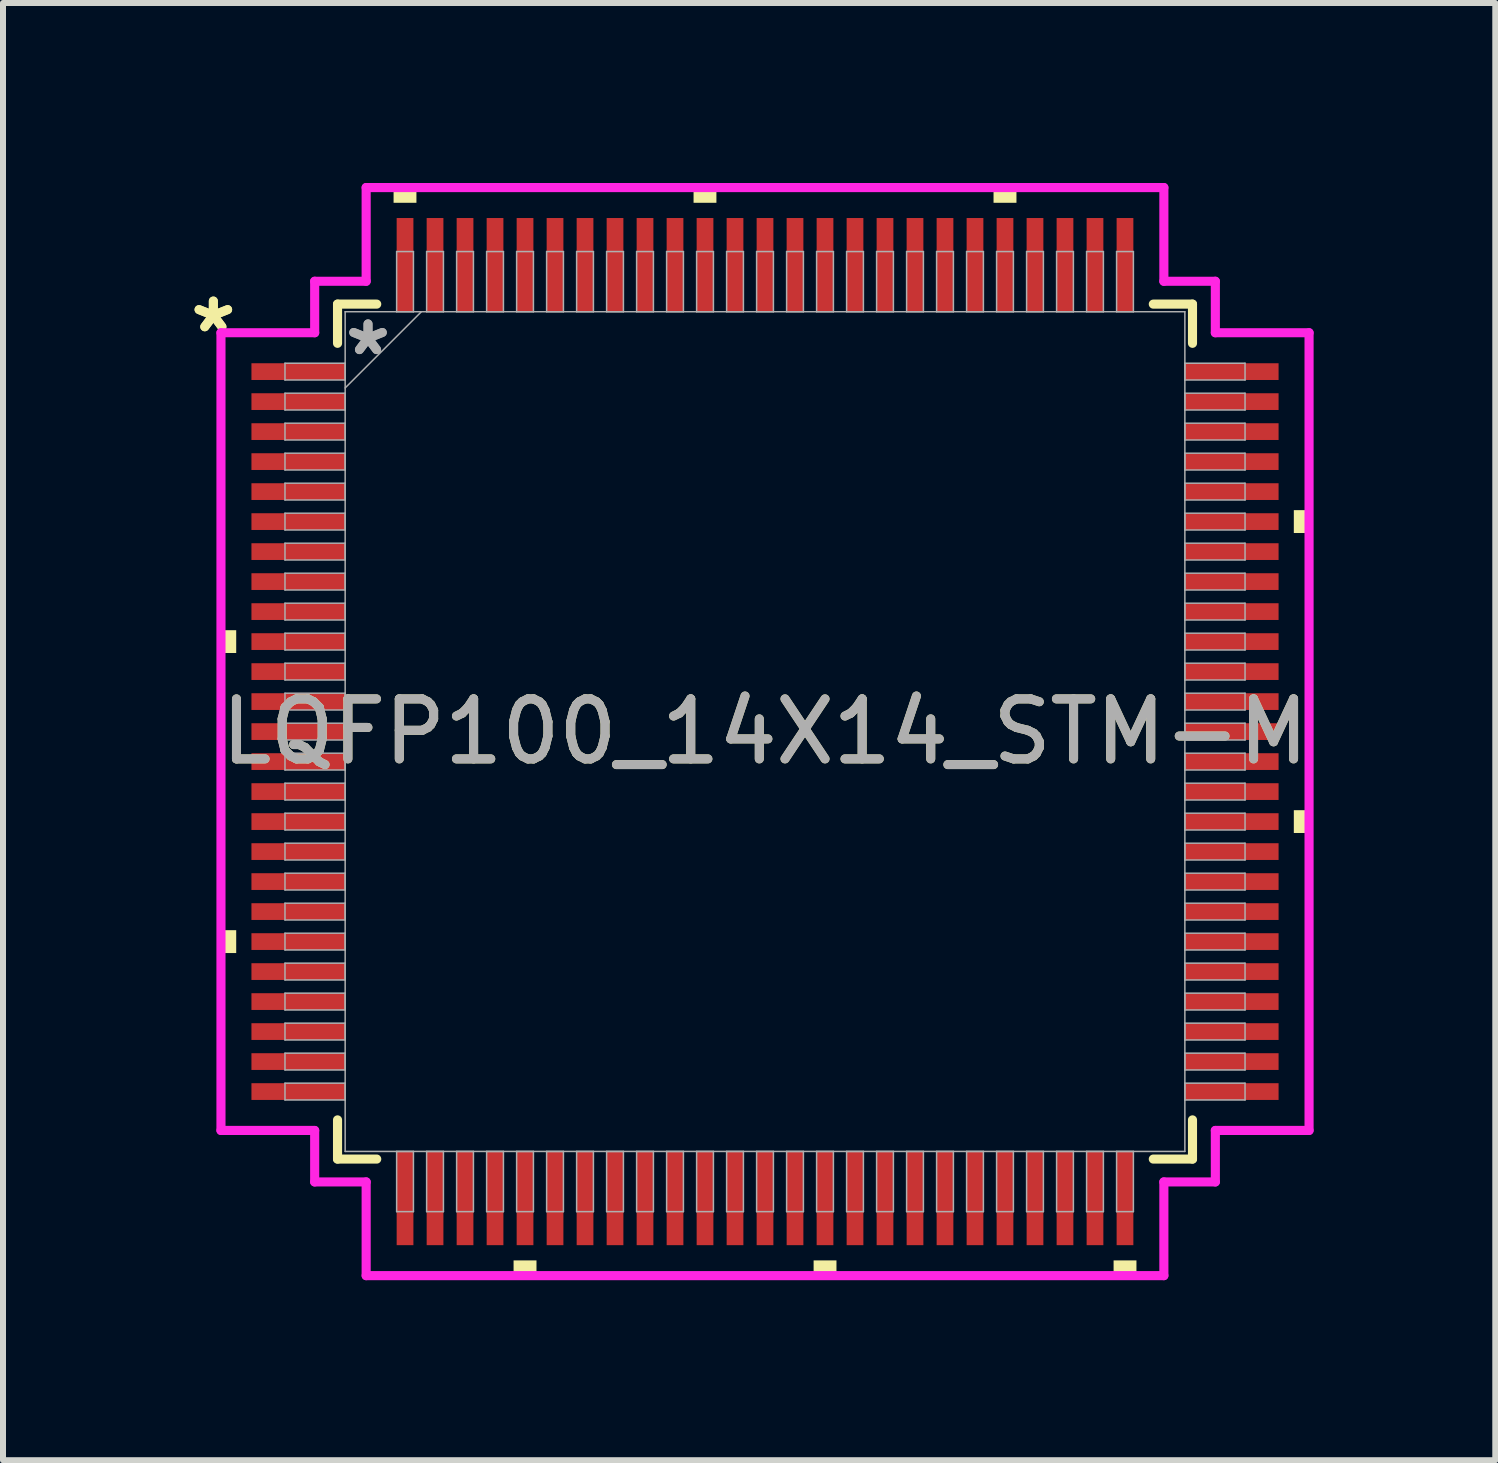
<source format=kicad_pcb>
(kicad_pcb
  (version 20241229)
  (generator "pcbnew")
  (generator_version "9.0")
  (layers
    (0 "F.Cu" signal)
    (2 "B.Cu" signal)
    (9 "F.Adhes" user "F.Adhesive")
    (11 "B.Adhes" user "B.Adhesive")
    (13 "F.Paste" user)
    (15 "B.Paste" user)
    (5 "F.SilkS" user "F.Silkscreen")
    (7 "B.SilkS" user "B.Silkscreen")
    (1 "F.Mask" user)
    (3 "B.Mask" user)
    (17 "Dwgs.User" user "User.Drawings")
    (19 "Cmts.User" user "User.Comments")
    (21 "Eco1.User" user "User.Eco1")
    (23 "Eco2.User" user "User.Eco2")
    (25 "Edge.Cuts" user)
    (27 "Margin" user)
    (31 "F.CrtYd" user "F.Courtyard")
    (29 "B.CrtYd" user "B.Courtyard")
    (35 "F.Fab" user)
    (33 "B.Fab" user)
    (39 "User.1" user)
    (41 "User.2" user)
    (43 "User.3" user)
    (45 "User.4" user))
  (footprint "LQFP100_14X14_STM-M"
    (layer "F.Cu")
    (at 9.701 9.144)
    (property "Reference" "LQFP100_14X14_STM-M" (at 0 0 0) (unlocked yes) (layer "F.SilkS") (effects (font (size 1 1) (thickness 0.15))))
    (attr smd)
    (fp_line (start -7.125 -7.125) (end -7.125 -6.472) (stroke (width 0.152) (type solid)) (layer "F.SilkS"))
    (fp_line (start -7.125 6.472) (end -7.125 7.125) (stroke (width 0.152) (type solid)) (layer "F.SilkS"))
    (fp_line (start -7.125 7.125) (end -6.472 7.125) (stroke (width 0.152) (type solid)) (layer "F.SilkS"))
    (fp_line (start -6.472 -7.125) (end -7.125 -7.125) (stroke (width 0.152) (type solid)) (layer "F.SilkS"))
    (fp_line (start 6.472 7.125) (end 7.125 7.125) (stroke (width 0.152) (type solid)) (layer "F.SilkS"))
    (fp_line (start 7.125 -7.125) (end 6.472 -7.125) (stroke (width 0.152) (type solid)) (layer "F.SilkS"))
    (fp_line (start 7.125 -6.472) (end 7.125 -7.125) (stroke (width 0.152) (type solid)) (layer "F.SilkS"))
    (fp_line (start 7.125 7.125) (end 7.125 6.472) (stroke (width 0.152) (type solid)) (layer "F.SilkS"))
    (fp_poly (pts (xy -9.068 -1.69) (xy -9.068 -1.31) (xy -8.814 -1.31) (xy -8.814 -1.69)) (stroke (width 0) (type solid)) (fill yes) (layer "F.SilkS"))
    (fp_poly (pts (xy -9.068 3.31) (xy -9.068 3.691) (xy -8.814 3.691) (xy -8.814 3.31)) (stroke (width 0) (type solid)) (fill yes) (layer "F.SilkS"))
    (fp_poly (pts (xy -6.191 -8.814) (xy -6.191 -9.068) (xy -5.81 -9.068) (xy -5.81 -8.814)) (stroke (width 0) (type solid)) (fill yes) (layer "F.SilkS"))
    (fp_poly (pts (xy -4.191 8.814) (xy -4.191 9.068) (xy -3.809 9.068) (xy -3.809 8.814)) (stroke (width 0) (type solid)) (fill yes) (layer "F.SilkS"))
    (fp_poly (pts (xy -1.191 -8.814) (xy -1.191 -9.068) (xy -0.81 -9.068) (xy -0.81 -8.814)) (stroke (width 0) (type solid)) (fill yes) (layer "F.SilkS"))
    (fp_poly (pts (xy 0.81 8.814) (xy 0.81 9.068) (xy 1.191 9.068) (xy 1.191 8.814)) (stroke (width 0) (type solid)) (fill yes) (layer "F.SilkS"))
    (fp_poly (pts (xy 3.809 -8.814) (xy 3.809 -9.068) (xy 4.191 -9.068) (xy 4.191 -8.814)) (stroke (width 0) (type solid)) (fill yes) (layer "F.SilkS"))
    (fp_poly (pts (xy 5.81 8.814) (xy 5.81 9.068) (xy 6.191 9.068) (xy 6.191 8.814)) (stroke (width 0) (type solid)) (fill yes) (layer "F.SilkS"))
    (fp_poly (pts (xy 9.068 -3.691) (xy 9.068 -3.31) (xy 8.814 -3.31) (xy 8.814 -3.691)) (stroke (width 0) (type solid)) (fill yes) (layer "F.SilkS"))
    (fp_poly (pts (xy 9.068 1.31) (xy 9.068 1.69) (xy 8.814 1.69) (xy 8.814 1.31)) (stroke (width 0) (type solid)) (fill yes) (layer "F.SilkS"))
    (fp_line (start -9.068 -6.648) (end -7.506 -6.648) (stroke (width 0.152) (type solid)) (layer "F.CrtYd"))
    (fp_line (start -9.068 6.648) (end -9.068 -6.648) (stroke (width 0.152) (type solid)) (layer "F.CrtYd"))
    (fp_line (start -7.506 -7.506) (end -6.648 -7.506) (stroke (width 0.152) (type solid)) (layer "F.CrtYd"))
    (fp_line (start -7.506 -6.648) (end -7.506 -7.506) (stroke (width 0.152) (type solid)) (layer "F.CrtYd"))
    (fp_line (start -7.506 6.648) (end -9.068 6.648) (stroke (width 0.152) (type solid)) (layer "F.CrtYd"))
    (fp_line (start -7.506 7.506) (end -7.506 6.648) (stroke (width 0.152) (type solid)) (layer "F.CrtYd"))
    (fp_line (start -7.506 7.506) (end -6.648 7.506) (stroke (width 0.152) (type solid)) (layer "F.CrtYd"))
    (fp_line (start -6.648 -9.068) (end 6.648 -9.068) (stroke (width 0.152) (type solid)) (layer "F.CrtYd"))
    (fp_line (start -6.648 -7.506) (end -6.648 -9.068) (stroke (width 0.152) (type solid)) (layer "F.CrtYd"))
    (fp_line (start -6.648 7.506) (end -6.648 9.068) (stroke (width 0.152) (type solid)) (layer "F.CrtYd"))
    (fp_line (start -6.648 9.068) (end 6.648 9.068) (stroke (width 0.152) (type solid)) (layer "F.CrtYd"))
    (fp_line (start 6.648 -9.068) (end 6.648 -7.506) (stroke (width 0.152) (type solid)) (layer "F.CrtYd"))
    (fp_line (start 6.648 -7.506) (end 7.506 -7.506) (stroke (width 0.152) (type solid)) (layer "F.CrtYd"))
    (fp_line (start 6.648 7.506) (end 7.506 7.506) (stroke (width 0.152) (type solid)) (layer "F.CrtYd"))
    (fp_line (start 6.648 9.068) (end 6.648 7.506) (stroke (width 0.152) (type solid)) (layer "F.CrtYd"))
    (fp_line (start 7.506 -6.648) (end 7.506 -7.506) (stroke (width 0.152) (type solid)) (layer "F.CrtYd"))
    (fp_line (start 7.506 6.648) (end 9.068 6.648) (stroke (width 0.152) (type solid)) (layer "F.CrtYd"))
    (fp_line (start 7.506 7.506) (end 7.506 6.648) (stroke (width 0.152) (type solid)) (layer "F.CrtYd"))
    (fp_line (start 9.068 -6.648) (end 7.506 -6.648) (stroke (width 0.152) (type solid)) (layer "F.CrtYd"))
    (fp_line (start 9.068 6.648) (end 9.068 -6.648) (stroke (width 0.152) (type solid)) (layer "F.CrtYd"))
    (fp_line (start -8.001 -6.14) (end -8.001 -5.86) (stroke (width 0.025) (type solid)) (layer "F.Fab"))
    (fp_line (start -8.001 -5.86) (end -6.998 -5.86) (stroke (width 0.025) (type solid)) (layer "F.Fab"))
    (fp_line (start -8.001 -5.64) (end -8.001 -5.36) (stroke (width 0.025) (type solid)) (layer "F.Fab"))
    (fp_line (start -8.001 -5.36) (end -6.998 -5.36) (stroke (width 0.025) (type solid)) (layer "F.Fab"))
    (fp_line (start -8.001 -5.14) (end -8.001 -4.86) (stroke (width 0.025) (type solid)) (layer "F.Fab"))
    (fp_line (start -8.001 -4.86) (end -6.998 -4.86) (stroke (width 0.025) (type solid)) (layer "F.Fab"))
    (fp_line (start -8.001 -4.64) (end -8.001 -4.36) (stroke (width 0.025) (type solid)) (layer "F.Fab"))
    (fp_line (start -8.001 -4.36) (end -6.998 -4.36) (stroke (width 0.025) (type solid)) (layer "F.Fab"))
    (fp_line (start -8.001 -4.14) (end -8.001 -3.86) (stroke (width 0.025) (type solid)) (layer "F.Fab"))
    (fp_line (start -8.001 -3.86) (end -6.998 -3.86) (stroke (width 0.025) (type solid)) (layer "F.Fab"))
    (fp_line (start -8.001 -3.64) (end -8.001 -3.36) (stroke (width 0.025) (type solid)) (layer "F.Fab"))
    (fp_line (start -8.001 -3.36) (end -6.998 -3.36) (stroke (width 0.025) (type solid)) (layer "F.Fab"))
    (fp_line (start -8.001 -3.14) (end -8.001 -2.86) (stroke (width 0.025) (type solid)) (layer "F.Fab"))
    (fp_line (start -8.001 -2.86) (end -6.998 -2.86) (stroke (width 0.025) (type solid)) (layer "F.Fab"))
    (fp_line (start -8.001 -2.64) (end -8.001 -2.36) (stroke (width 0.025) (type solid)) (layer "F.Fab"))
    (fp_line (start -8.001 -2.36) (end -6.998 -2.36) (stroke (width 0.025) (type solid)) (layer "F.Fab"))
    (fp_line (start -8.001 -2.14) (end -8.001 -1.86) (stroke (width 0.025) (type solid)) (layer "F.Fab"))
    (fp_line (start -8.001 -1.86) (end -6.998 -1.86) (stroke (width 0.025) (type solid)) (layer "F.Fab"))
    (fp_line (start -8.001 -1.64) (end -8.001 -1.36) (stroke (width 0.025) (type solid)) (layer "F.Fab"))
    (fp_line (start -8.001 -1.36) (end -6.998 -1.36) (stroke (width 0.025) (type solid)) (layer "F.Fab"))
    (fp_line (start -8.001 -1.14) (end -8.001 -0.86) (stroke (width 0.025) (type solid)) (layer "F.Fab"))
    (fp_line (start -8.001 -0.86) (end -6.998 -0.86) (stroke (width 0.025) (type solid)) (layer "F.Fab"))
    (fp_line (start -8.001 -0.64) (end -8.001 -0.36) (stroke (width 0.025) (type solid)) (layer "F.Fab"))
    (fp_line (start -8.001 -0.36) (end -6.998 -0.36) (stroke (width 0.025) (type solid)) (layer "F.Fab"))
    (fp_line (start -8.001 -0.14) (end -8.001 0.14) (stroke (width 0.025) (type solid)) (layer "F.Fab"))
    (fp_line (start -8.001 0.14) (end -6.998 0.14) (stroke (width 0.025) (type solid)) (layer "F.Fab"))
    (fp_line (start -8.001 0.36) (end -8.001 0.64) (stroke (width 0.025) (type solid)) (layer "F.Fab"))
    (fp_line (start -8.001 0.64) (end -6.998 0.64) (stroke (width 0.025) (type solid)) (layer "F.Fab"))
    (fp_line (start -8.001 0.86) (end -8.001 1.14) (stroke (width 0.025) (type solid)) (layer "F.Fab"))
    (fp_line (start -8.001 1.14) (end -6.998 1.14) (stroke (width 0.025) (type solid)) (layer "F.Fab"))
    (fp_line (start -8.001 1.36) (end -8.001 1.64) (stroke (width 0.025) (type solid)) (layer "F.Fab"))
    (fp_line (start -8.001 1.64) (end -6.998 1.64) (stroke (width 0.025) (type solid)) (layer "F.Fab"))
    (fp_line (start -8.001 1.86) (end -8.001 2.14) (stroke (width 0.025) (type solid)) (layer "F.Fab"))
    (fp_line (start -8.001 2.14) (end -6.998 2.14) (stroke (width 0.025) (type solid)) (layer "F.Fab"))
    (fp_line (start -8.001 2.36) (end -8.001 2.64) (stroke (width 0.025) (type solid)) (layer "F.Fab"))
    (fp_line (start -8.001 2.64) (end -6.998 2.64) (stroke (width 0.025) (type solid)) (layer "F.Fab"))
    (fp_line (start -8.001 2.86) (end -8.001 3.14) (stroke (width 0.025) (type solid)) (layer "F.Fab"))
    (fp_line (start -8.001 3.14) (end -6.998 3.14) (stroke (width 0.025) (type solid)) (layer "F.Fab"))
    (fp_line (start -8.001 3.36) (end -8.001 3.64) (stroke (width 0.025) (type solid)) (layer "F.Fab"))
    (fp_line (start -8.001 3.64) (end -6.998 3.64) (stroke (width 0.025) (type solid)) (layer "F.Fab"))
    (fp_line (start -8.001 3.86) (end -8.001 4.14) (stroke (width 0.025) (type solid)) (layer "F.Fab"))
    (fp_line (start -8.001 4.14) (end -6.998 4.14) (stroke (width 0.025) (type solid)) (layer "F.Fab"))
    (fp_line (start -8.001 4.36) (end -8.001 4.64) (stroke (width 0.025) (type solid)) (layer "F.Fab"))
    (fp_line (start -8.001 4.64) (end -6.998 4.64) (stroke (width 0.025) (type solid)) (layer "F.Fab"))
    (fp_line (start -8.001 4.86) (end -8.001 5.14) (stroke (width 0.025) (type solid)) (layer "F.Fab"))
    (fp_line (start -8.001 5.14) (end -6.998 5.14) (stroke (width 0.025) (type solid)) (layer "F.Fab"))
    (fp_line (start -8.001 5.36) (end -8.001 5.64) (stroke (width 0.025) (type solid)) (layer "F.Fab"))
    (fp_line (start -8.001 5.64) (end -6.998 5.64) (stroke (width 0.025) (type solid)) (layer "F.Fab"))
    (fp_line (start -8.001 5.86) (end -8.001 6.14) (stroke (width 0.025) (type solid)) (layer "F.Fab"))
    (fp_line (start -8.001 6.14) (end -6.998 6.14) (stroke (width 0.025) (type solid)) (layer "F.Fab"))
    (fp_line (start -6.998 -6.998) (end -6.998 6.998) (stroke (width 0.025) (type solid)) (layer "F.Fab"))
    (fp_line (start -6.998 -6.14) (end -8.001 -6.14) (stroke (width 0.025) (type solid)) (layer "F.Fab"))
    (fp_line (start -6.998 -5.86) (end -6.998 -6.14) (stroke (width 0.025) (type solid)) (layer "F.Fab"))
    (fp_line (start -6.998 -5.728) (end -5.728 -6.998) (stroke (width 0.025) (type solid)) (layer "F.Fab"))
    (fp_line (start -6.998 -5.64) (end -8.001 -5.64) (stroke (width 0.025) (type solid)) (layer "F.Fab"))
    (fp_line (start -6.998 -5.36) (end -6.998 -5.64) (stroke (width 0.025) (type solid)) (layer "F.Fab"))
    (fp_line (start -6.998 -5.14) (end -8.001 -5.14) (stroke (width 0.025) (type solid)) (layer "F.Fab"))
    (fp_line (start -6.998 -4.86) (end -6.998 -5.14) (stroke (width 0.025) (type solid)) (layer "F.Fab"))
    (fp_line (start -6.998 -4.64) (end -8.001 -4.64) (stroke (width 0.025) (type solid)) (layer "F.Fab"))
    (fp_line (start -6.998 -4.36) (end -6.998 -4.64) (stroke (width 0.025) (type solid)) (layer "F.Fab"))
    (fp_line (start -6.998 -4.14) (end -8.001 -4.14) (stroke (width 0.025) (type solid)) (layer "F.Fab"))
    (fp_line (start -6.998 -3.86) (end -6.998 -4.14) (stroke (width 0.025) (type solid)) (layer "F.Fab"))
    (fp_line (start -6.998 -3.64) (end -8.001 -3.64) (stroke (width 0.025) (type solid)) (layer "F.Fab"))
    (fp_line (start -6.998 -3.36) (end -6.998 -3.64) (stroke (width 0.025) (type solid)) (layer "F.Fab"))
    (fp_line (start -6.998 -3.14) (end -8.001 -3.14) (stroke (width 0.025) (type solid)) (layer "F.Fab"))
    (fp_line (start -6.998 -2.86) (end -6.998 -3.14) (stroke (width 0.025) (type solid)) (layer "F.Fab"))
    (fp_line (start -6.998 -2.64) (end -8.001 -2.64) (stroke (width 0.025) (type solid)) (layer "F.Fab"))
    (fp_line (start -6.998 -2.36) (end -6.998 -2.64) (stroke (width 0.025) (type solid)) (layer "F.Fab"))
    (fp_line (start -6.998 -2.14) (end -8.001 -2.14) (stroke (width 0.025) (type solid)) (layer "F.Fab"))
    (fp_line (start -6.998 -1.86) (end -6.998 -2.14) (stroke (width 0.025) (type solid)) (layer "F.Fab"))
    (fp_line (start -6.998 -1.64) (end -8.001 -1.64) (stroke (width 0.025) (type solid)) (layer "F.Fab"))
    (fp_line (start -6.998 -1.36) (end -6.998 -1.64) (stroke (width 0.025) (type solid)) (layer "F.Fab"))
    (fp_line (start -6.998 -1.14) (end -8.001 -1.14) (stroke (width 0.025) (type solid)) (layer "F.Fab"))
    (fp_line (start -6.998 -0.86) (end -6.998 -1.14) (stroke (width 0.025) (type solid)) (layer "F.Fab"))
    (fp_line (start -6.998 -0.64) (end -8.001 -0.64) (stroke (width 0.025) (type solid)) (layer "F.Fab"))
    (fp_line (start -6.998 -0.36) (end -6.998 -0.64) (stroke (width 0.025) (type solid)) (layer "F.Fab"))
    (fp_line (start -6.998 -0.14) (end -8.001 -0.14) (stroke (width 0.025) (type solid)) (layer "F.Fab"))
    (fp_line (start -6.998 0.14) (end -6.998 -0.14) (stroke (width 0.025) (type solid)) (layer "F.Fab"))
    (fp_line (start -6.998 0.36) (end -8.001 0.36) (stroke (width 0.025) (type solid)) (layer "F.Fab"))
    (fp_line (start -6.998 0.64) (end -6.998 0.36) (stroke (width 0.025) (type solid)) (layer "F.Fab"))
    (fp_line (start -6.998 0.86) (end -8.001 0.86) (stroke (width 0.025) (type solid)) (layer "F.Fab"))
    (fp_line (start -6.998 1.14) (end -6.998 0.86) (stroke (width 0.025) (type solid)) (layer "F.Fab"))
    (fp_line (start -6.998 1.36) (end -8.001 1.36) (stroke (width 0.025) (type solid)) (layer "F.Fab"))
    (fp_line (start -6.998 1.64) (end -6.998 1.36) (stroke (width 0.025) (type solid)) (layer "F.Fab"))
    (fp_line (start -6.998 1.86) (end -8.001 1.86) (stroke (width 0.025) (type solid)) (layer "F.Fab"))
    (fp_line (start -6.998 2.14) (end -6.998 1.86) (stroke (width 0.025) (type solid)) (layer "F.Fab"))
    (fp_line (start -6.998 2.36) (end -8.001 2.36) (stroke (width 0.025) (type solid)) (layer "F.Fab"))
    (fp_line (start -6.998 2.64) (end -6.998 2.36) (stroke (width 0.025) (type solid)) (layer "F.Fab"))
    (fp_line (start -6.998 2.86) (end -8.001 2.86) (stroke (width 0.025) (type solid)) (layer "F.Fab"))
    (fp_line (start -6.998 3.14) (end -6.998 2.86) (stroke (width 0.025) (type solid)) (layer "F.Fab"))
    (fp_line (start -6.998 3.36) (end -8.001 3.36) (stroke (width 0.025) (type solid)) (layer "F.Fab"))
    (fp_line (start -6.998 3.64) (end -6.998 3.36) (stroke (width 0.025) (type solid)) (layer "F.Fab"))
    (fp_line (start -6.998 3.86) (end -8.001 3.86) (stroke (width 0.025) (type solid)) (layer "F.Fab"))
    (fp_line (start -6.998 4.14) (end -6.998 3.86) (stroke (width 0.025) (type solid)) (layer "F.Fab"))
    (fp_line (start -6.998 4.36) (end -8.001 4.36) (stroke (width 0.025) (type solid)) (layer "F.Fab"))
    (fp_line (start -6.998 4.64) (end -6.998 4.36) (stroke (width 0.025) (type solid)) (layer "F.Fab"))
    (fp_line (start -6.998 4.86) (end -8.001 4.86) (stroke (width 0.025) (type solid)) (layer "F.Fab"))
    (fp_line (start -6.998 5.14) (end -6.998 4.86) (stroke (width 0.025) (type solid)) (layer "F.Fab"))
    (fp_line (start -6.998 5.36) (end -8.001 5.36) (stroke (width 0.025) (type solid)) (layer "F.Fab"))
    (fp_line (start -6.998 5.64) (end -6.998 5.36) (stroke (width 0.025) (type solid)) (layer "F.Fab"))
    (fp_line (start -6.998 5.86) (end -8.001 5.86) (stroke (width 0.025) (type solid)) (layer "F.Fab"))
    (fp_line (start -6.998 6.14) (end -6.998 5.86) (stroke (width 0.025) (type solid)) (layer "F.Fab"))
    (fp_line (start -6.998 6.998) (end 6.998 6.998) (stroke (width 0.025) (type solid)) (layer "F.Fab"))
    (fp_line (start -6.14 -8.001) (end -6.14 -6.998) (stroke (width 0.025) (type solid)) (layer "F.Fab"))
    (fp_line (start -6.14 -6.998) (end -5.86 -6.998) (stroke (width 0.025) (type solid)) (layer "F.Fab"))
    (fp_line (start -6.14 6.998) (end -6.14 8.001) (stroke (width 0.025) (type solid)) (layer "F.Fab"))
    (fp_line (start -6.14 8.001) (end -5.86 8.001) (stroke (width 0.025) (type solid)) (layer "F.Fab"))
    (fp_line (start -5.86 -8.001) (end -6.14 -8.001) (stroke (width 0.025) (type solid)) (layer "F.Fab"))
    (fp_line (start -5.86 -6.998) (end -5.86 -8.001) (stroke (width 0.025) (type solid)) (layer "F.Fab"))
    (fp_line (start -5.86 6.998) (end -6.14 6.998) (stroke (width 0.025) (type solid)) (layer "F.Fab"))
    (fp_line (start -5.86 8.001) (end -5.86 6.998) (stroke (width 0.025) (type solid)) (layer "F.Fab"))
    (fp_line (start -5.64 -8.001) (end -5.64 -6.998) (stroke (width 0.025) (type solid)) (layer "F.Fab"))
    (fp_line (start -5.64 -6.998) (end -5.36 -6.998) (stroke (width 0.025) (type solid)) (layer "F.Fab"))
    (fp_line (start -5.64 6.998) (end -5.64 8.001) (stroke (width 0.025) (type solid)) (layer "F.Fab"))
    (fp_line (start -5.64 8.001) (end -5.36 8.001) (stroke (width 0.025) (type solid)) (layer "F.Fab"))
    (fp_line (start -5.36 -8.001) (end -5.64 -8.001) (stroke (width 0.025) (type solid)) (layer "F.Fab"))
    (fp_line (start -5.36 -6.998) (end -5.36 -8.001) (stroke (width 0.025) (type solid)) (layer "F.Fab"))
    (fp_line (start -5.36 6.998) (end -5.64 6.998) (stroke (width 0.025) (type solid)) (layer "F.Fab"))
    (fp_line (start -5.36 8.001) (end -5.36 6.998) (stroke (width 0.025) (type solid)) (layer "F.Fab"))
    (fp_line (start -5.14 -8.001) (end -5.14 -6.998) (stroke (width 0.025) (type solid)) (layer "F.Fab"))
    (fp_line (start -5.14 -6.998) (end -4.86 -6.998) (stroke (width 0.025) (type solid)) (layer "F.Fab"))
    (fp_line (start -5.14 6.998) (end -5.14 8.001) (stroke (width 0.025) (type solid)) (layer "F.Fab"))
    (fp_line (start -5.14 8.001) (end -4.86 8.001) (stroke (width 0.025) (type solid)) (layer "F.Fab"))
    (fp_line (start -4.86 -8.001) (end -5.14 -8.001) (stroke (width 0.025) (type solid)) (layer "F.Fab"))
    (fp_line (start -4.86 -6.998) (end -4.86 -8.001) (stroke (width 0.025) (type solid)) (layer "F.Fab"))
    (fp_line (start -4.86 6.998) (end -5.14 6.998) (stroke (width 0.025) (type solid)) (layer "F.Fab"))
    (fp_line (start -4.86 8.001) (end -4.86 6.998) (stroke (width 0.025) (type solid)) (layer "F.Fab"))
    (fp_line (start -4.64 -8.001) (end -4.64 -6.998) (stroke (width 0.025) (type solid)) (layer "F.Fab"))
    (fp_line (start -4.64 -6.998) (end -4.36 -6.998) (stroke (width 0.025) (type solid)) (layer "F.Fab"))
    (fp_line (start -4.64 6.998) (end -4.64 8.001) (stroke (width 0.025) (type solid)) (layer "F.Fab"))
    (fp_line (start -4.64 8.001) (end -4.36 8.001) (stroke (width 0.025) (type solid)) (layer "F.Fab"))
    (fp_line (start -4.36 -8.001) (end -4.64 -8.001) (stroke (width 0.025) (type solid)) (layer "F.Fab"))
    (fp_line (start -4.36 -6.998) (end -4.36 -8.001) (stroke (width 0.025) (type solid)) (layer "F.Fab"))
    (fp_line (start -4.36 6.998) (end -4.64 6.998) (stroke (width 0.025) (type solid)) (layer "F.Fab"))
    (fp_line (start -4.36 8.001) (end -4.36 6.998) (stroke (width 0.025) (type solid)) (layer "F.Fab"))
    (fp_line (start -4.14 -8.001) (end -4.14 -6.998) (stroke (width 0.025) (type solid)) (layer "F.Fab"))
    (fp_line (start -4.14 -6.998) (end -3.86 -6.998) (stroke (width 0.025) (type solid)) (layer "F.Fab"))
    (fp_line (start -4.14 6.998) (end -4.14 8.001) (stroke (width 0.025) (type solid)) (layer "F.Fab"))
    (fp_line (start -4.14 8.001) (end -3.86 8.001) (stroke (width 0.025) (type solid)) (layer "F.Fab"))
    (fp_line (start -3.86 -8.001) (end -4.14 -8.001) (stroke (width 0.025) (type solid)) (layer "F.Fab"))
    (fp_line (start -3.86 -6.998) (end -3.86 -8.001) (stroke (width 0.025) (type solid)) (layer "F.Fab"))
    (fp_line (start -3.86 6.998) (end -4.14 6.998) (stroke (width 0.025) (type solid)) (layer "F.Fab"))
    (fp_line (start -3.86 8.001) (end -3.86 6.998) (stroke (width 0.025) (type solid)) (layer "F.Fab"))
    (fp_line (start -3.64 -8.001) (end -3.64 -6.998) (stroke (width 0.025) (type solid)) (layer "F.Fab"))
    (fp_line (start -3.64 -6.998) (end -3.36 -6.998) (stroke (width 0.025) (type solid)) (layer "F.Fab"))
    (fp_line (start -3.64 6.998) (end -3.64 8.001) (stroke (width 0.025) (type solid)) (layer "F.Fab"))
    (fp_line (start -3.64 8.001) (end -3.36 8.001) (stroke (width 0.025) (type solid)) (layer "F.Fab"))
    (fp_line (start -3.36 -8.001) (end -3.64 -8.001) (stroke (width 0.025) (type solid)) (layer "F.Fab"))
    (fp_line (start -3.36 -6.998) (end -3.36 -8.001) (stroke (width 0.025) (type solid)) (layer "F.Fab"))
    (fp_line (start -3.36 6.998) (end -3.64 6.998) (stroke (width 0.025) (type solid)) (layer "F.Fab"))
    (fp_line (start -3.36 8.001) (end -3.36 6.998) (stroke (width 0.025) (type solid)) (layer "F.Fab"))
    (fp_line (start -3.14 -8.001) (end -3.14 -6.998) (stroke (width 0.025) (type solid)) (layer "F.Fab"))
    (fp_line (start -3.14 -6.998) (end -2.86 -6.998) (stroke (width 0.025) (type solid)) (layer "F.Fab"))
    (fp_line (start -3.14 6.998) (end -3.14 8.001) (stroke (width 0.025) (type solid)) (layer "F.Fab"))
    (fp_line (start -3.14 8.001) (end -2.86 8.001) (stroke (width 0.025) (type solid)) (layer "F.Fab"))
    (fp_line (start -2.86 -8.001) (end -3.14 -8.001) (stroke (width 0.025) (type solid)) (layer "F.Fab"))
    (fp_line (start -2.86 -6.998) (end -2.86 -8.001) (stroke (width 0.025) (type solid)) (layer "F.Fab"))
    (fp_line (start -2.86 6.998) (end -3.14 6.998) (stroke (width 0.025) (type solid)) (layer "F.Fab"))
    (fp_line (start -2.86 8.001) (end -2.86 6.998) (stroke (width 0.025) (type solid)) (layer "F.Fab"))
    (fp_line (start -2.64 -8.001) (end -2.64 -6.998) (stroke (width 0.025) (type solid)) (layer "F.Fab"))
    (fp_line (start -2.64 -6.998) (end -2.36 -6.998) (stroke (width 0.025) (type solid)) (layer "F.Fab"))
    (fp_line (start -2.64 6.998) (end -2.64 8.001) (stroke (width 0.025) (type solid)) (layer "F.Fab"))
    (fp_line (start -2.64 8.001) (end -2.36 8.001) (stroke (width 0.025) (type solid)) (layer "F.Fab"))
    (fp_line (start -2.36 -8.001) (end -2.64 -8.001) (stroke (width 0.025) (type solid)) (layer "F.Fab"))
    (fp_line (start -2.36 -6.998) (end -2.36 -8.001) (stroke (width 0.025) (type solid)) (layer "F.Fab"))
    (fp_line (start -2.36 6.998) (end -2.64 6.998) (stroke (width 0.025) (type solid)) (layer "F.Fab"))
    (fp_line (start -2.36 8.001) (end -2.36 6.998) (stroke (width 0.025) (type solid)) (layer "F.Fab"))
    (fp_line (start -2.14 -8.001) (end -2.14 -6.998) (stroke (width 0.025) (type solid)) (layer "F.Fab"))
    (fp_line (start -2.14 -6.998) (end -1.86 -6.998) (stroke (width 0.025) (type solid)) (layer "F.Fab"))
    (fp_line (start -2.14 6.998) (end -2.14 8.001) (stroke (width 0.025) (type solid)) (layer "F.Fab"))
    (fp_line (start -2.14 8.001) (end -1.86 8.001) (stroke (width 0.025) (type solid)) (layer "F.Fab"))
    (fp_line (start -1.86 -8.001) (end -2.14 -8.001) (stroke (width 0.025) (type solid)) (layer "F.Fab"))
    (fp_line (start -1.86 -6.998) (end -1.86 -8.001) (stroke (width 0.025) (type solid)) (layer "F.Fab"))
    (fp_line (start -1.86 6.998) (end -2.14 6.998) (stroke (width 0.025) (type solid)) (layer "F.Fab"))
    (fp_line (start -1.86 8.001) (end -1.86 6.998) (stroke (width 0.025) (type solid)) (layer "F.Fab"))
    (fp_line (start -1.64 -8.001) (end -1.64 -6.998) (stroke (width 0.025) (type solid)) (layer "F.Fab"))
    (fp_line (start -1.64 -6.998) (end -1.36 -6.998) (stroke (width 0.025) (type solid)) (layer "F.Fab"))
    (fp_line (start -1.64 6.998) (end -1.64 8.001) (stroke (width 0.025) (type solid)) (layer "F.Fab"))
    (fp_line (start -1.64 8.001) (end -1.36 8.001) (stroke (width 0.025) (type solid)) (layer "F.Fab"))
    (fp_line (start -1.36 -8.001) (end -1.64 -8.001) (stroke (width 0.025) (type solid)) (layer "F.Fab"))
    (fp_line (start -1.36 -6.998) (end -1.36 -8.001) (stroke (width 0.025) (type solid)) (layer "F.Fab"))
    (fp_line (start -1.36 6.998) (end -1.64 6.998) (stroke (width 0.025) (type solid)) (layer "F.Fab"))
    (fp_line (start -1.36 8.001) (end -1.36 6.998) (stroke (width 0.025) (type solid)) (layer "F.Fab"))
    (fp_line (start -1.14 -8.001) (end -1.14 -6.998) (stroke (width 0.025) (type solid)) (layer "F.Fab"))
    (fp_line (start -1.14 -6.998) (end -0.86 -6.998) (stroke (width 0.025) (type solid)) (layer "F.Fab"))
    (fp_line (start -1.14 6.998) (end -1.14 8.001) (stroke (width 0.025) (type solid)) (layer "F.Fab"))
    (fp_line (start -1.14 8.001) (end -0.86 8.001) (stroke (width 0.025) (type solid)) (layer "F.Fab"))
    (fp_line (start -0.86 -8.001) (end -1.14 -8.001) (stroke (width 0.025) (type solid)) (layer "F.Fab"))
    (fp_line (start -0.86 -6.998) (end -0.86 -8.001) (stroke (width 0.025) (type solid)) (layer "F.Fab"))
    (fp_line (start -0.86 6.998) (end -1.14 6.998) (stroke (width 0.025) (type solid)) (layer "F.Fab"))
    (fp_line (start -0.86 8.001) (end -0.86 6.998) (stroke (width 0.025) (type solid)) (layer "F.Fab"))
    (fp_line (start -0.64 -8.001) (end -0.64 -6.998) (stroke (width 0.025) (type solid)) (layer "F.Fab"))
    (fp_line (start -0.64 -6.998) (end -0.36 -6.998) (stroke (width 0.025) (type solid)) (layer "F.Fab"))
    (fp_line (start -0.64 6.998) (end -0.64 8.001) (stroke (width 0.025) (type solid)) (layer "F.Fab"))
    (fp_line (start -0.64 8.001) (end -0.36 8.001) (stroke (width 0.025) (type solid)) (layer "F.Fab"))
    (fp_line (start -0.36 -8.001) (end -0.64 -8.001) (stroke (width 0.025) (type solid)) (layer "F.Fab"))
    (fp_line (start -0.36 -6.998) (end -0.36 -8.001) (stroke (width 0.025) (type solid)) (layer "F.Fab"))
    (fp_line (start -0.36 6.998) (end -0.64 6.998) (stroke (width 0.025) (type solid)) (layer "F.Fab"))
    (fp_line (start -0.36 8.001) (end -0.36 6.998) (stroke (width 0.025) (type solid)) (layer "F.Fab"))
    (fp_line (start -0.14 -8.001) (end -0.14 -6.998) (stroke (width 0.025) (type solid)) (layer "F.Fab"))
    (fp_line (start -0.14 -6.998) (end 0.14 -6.998) (stroke (width 0.025) (type solid)) (layer "F.Fab"))
    (fp_line (start -0.14 6.998) (end -0.14 8.001) (stroke (width 0.025) (type solid)) (layer "F.Fab"))
    (fp_line (start -0.14 8.001) (end 0.14 8.001) (stroke (width 0.025) (type solid)) (layer "F.Fab"))
    (fp_line (start 0.14 -8.001) (end -0.14 -8.001) (stroke (width 0.025) (type solid)) (layer "F.Fab"))
    (fp_line (start 0.14 -6.998) (end 0.14 -8.001) (stroke (width 0.025) (type solid)) (layer "F.Fab"))
    (fp_line (start 0.14 6.998) (end -0.14 6.998) (stroke (width 0.025) (type solid)) (layer "F.Fab"))
    (fp_line (start 0.14 8.001) (end 0.14 6.998) (stroke (width 0.025) (type solid)) (layer "F.Fab"))
    (fp_line (start 0.36 -8.001) (end 0.36 -6.998) (stroke (width 0.025) (type solid)) (layer "F.Fab"))
    (fp_line (start 0.36 -6.998) (end 0.64 -6.998) (stroke (width 0.025) (type solid)) (layer "F.Fab"))
    (fp_line (start 0.36 6.998) (end 0.36 8.001) (stroke (width 0.025) (type solid)) (layer "F.Fab"))
    (fp_line (start 0.36 8.001) (end 0.64 8.001) (stroke (width 0.025) (type solid)) (layer "F.Fab"))
    (fp_line (start 0.64 -8.001) (end 0.36 -8.001) (stroke (width 0.025) (type solid)) (layer "F.Fab"))
    (fp_line (start 0.64 -6.998) (end 0.64 -8.001) (stroke (width 0.025) (type solid)) (layer "F.Fab"))
    (fp_line (start 0.64 6.998) (end 0.36 6.998) (stroke (width 0.025) (type solid)) (layer "F.Fab"))
    (fp_line (start 0.64 8.001) (end 0.64 6.998) (stroke (width 0.025) (type solid)) (layer "F.Fab"))
    (fp_line (start 0.86 -8.001) (end 0.86 -6.998) (stroke (width 0.025) (type solid)) (layer "F.Fab"))
    (fp_line (start 0.86 -6.998) (end 1.14 -6.998) (stroke (width 0.025) (type solid)) (layer "F.Fab"))
    (fp_line (start 0.86 6.998) (end 0.86 8.001) (stroke (width 0.025) (type solid)) (layer "F.Fab"))
    (fp_line (start 0.86 8.001) (end 1.14 8.001) (stroke (width 0.025) (type solid)) (layer "F.Fab"))
    (fp_line (start 1.14 -8.001) (end 0.86 -8.001) (stroke (width 0.025) (type solid)) (layer "F.Fab"))
    (fp_line (start 1.14 -6.998) (end 1.14 -8.001) (stroke (width 0.025) (type solid)) (layer "F.Fab"))
    (fp_line (start 1.14 6.998) (end 0.86 6.998) (stroke (width 0.025) (type solid)) (layer "F.Fab"))
    (fp_line (start 1.14 8.001) (end 1.14 6.998) (stroke (width 0.025) (type solid)) (layer "F.Fab"))
    (fp_line (start 1.36 -8.001) (end 1.36 -6.998) (stroke (width 0.025) (type solid)) (layer "F.Fab"))
    (fp_line (start 1.36 -6.998) (end 1.64 -6.998) (stroke (width 0.025) (type solid)) (layer "F.Fab"))
    (fp_line (start 1.36 6.998) (end 1.36 8.001) (stroke (width 0.025) (type solid)) (layer "F.Fab"))
    (fp_line (start 1.36 8.001) (end 1.64 8.001) (stroke (width 0.025) (type solid)) (layer "F.Fab"))
    (fp_line (start 1.64 -8.001) (end 1.36 -8.001) (stroke (width 0.025) (type solid)) (layer "F.Fab"))
    (fp_line (start 1.64 -6.998) (end 1.64 -8.001) (stroke (width 0.025) (type solid)) (layer "F.Fab"))
    (fp_line (start 1.64 6.998) (end 1.36 6.998) (stroke (width 0.025) (type solid)) (layer "F.Fab"))
    (fp_line (start 1.64 8.001) (end 1.64 6.998) (stroke (width 0.025) (type solid)) (layer "F.Fab"))
    (fp_line (start 1.86 -8.001) (end 1.86 -6.998) (stroke (width 0.025) (type solid)) (layer "F.Fab"))
    (fp_line (start 1.86 -6.998) (end 2.14 -6.998) (stroke (width 0.025) (type solid)) (layer "F.Fab"))
    (fp_line (start 1.86 6.998) (end 1.86 8.001) (stroke (width 0.025) (type solid)) (layer "F.Fab"))
    (fp_line (start 1.86 8.001) (end 2.14 8.001) (stroke (width 0.025) (type solid)) (layer "F.Fab"))
    (fp_line (start 2.14 -8.001) (end 1.86 -8.001) (stroke (width 0.025) (type solid)) (layer "F.Fab"))
    (fp_line (start 2.14 -6.998) (end 2.14 -8.001) (stroke (width 0.025) (type solid)) (layer "F.Fab"))
    (fp_line (start 2.14 6.998) (end 1.86 6.998) (stroke (width 0.025) (type solid)) (layer "F.Fab"))
    (fp_line (start 2.14 8.001) (end 2.14 6.998) (stroke (width 0.025) (type solid)) (layer "F.Fab"))
    (fp_line (start 2.36 -8.001) (end 2.36 -6.998) (stroke (width 0.025) (type solid)) (layer "F.Fab"))
    (fp_line (start 2.36 -6.998) (end 2.64 -6.998) (stroke (width 0.025) (type solid)) (layer "F.Fab"))
    (fp_line (start 2.36 6.998) (end 2.36 8.001) (stroke (width 0.025) (type solid)) (layer "F.Fab"))
    (fp_line (start 2.36 8.001) (end 2.64 8.001) (stroke (width 0.025) (type solid)) (layer "F.Fab"))
    (fp_line (start 2.64 -8.001) (end 2.36 -8.001) (stroke (width 0.025) (type solid)) (layer "F.Fab"))
    (fp_line (start 2.64 -6.998) (end 2.64 -8.001) (stroke (width 0.025) (type solid)) (layer "F.Fab"))
    (fp_line (start 2.64 6.998) (end 2.36 6.998) (stroke (width 0.025) (type solid)) (layer "F.Fab"))
    (fp_line (start 2.64 8.001) (end 2.64 6.998) (stroke (width 0.025) (type solid)) (layer "F.Fab"))
    (fp_line (start 2.86 -8.001) (end 2.86 -6.998) (stroke (width 0.025) (type solid)) (layer "F.Fab"))
    (fp_line (start 2.86 -6.998) (end 3.14 -6.998) (stroke (width 0.025) (type solid)) (layer "F.Fab"))
    (fp_line (start 2.86 6.998) (end 2.86 8.001) (stroke (width 0.025) (type solid)) (layer "F.Fab"))
    (fp_line (start 2.86 8.001) (end 3.14 8.001) (stroke (width 0.025) (type solid)) (layer "F.Fab"))
    (fp_line (start 3.14 -8.001) (end 2.86 -8.001) (stroke (width 0.025) (type solid)) (layer "F.Fab"))
    (fp_line (start 3.14 -6.998) (end 3.14 -8.001) (stroke (width 0.025) (type solid)) (layer "F.Fab"))
    (fp_line (start 3.14 6.998) (end 2.86 6.998) (stroke (width 0.025) (type solid)) (layer "F.Fab"))
    (fp_line (start 3.14 8.001) (end 3.14 6.998) (stroke (width 0.025) (type solid)) (layer "F.Fab"))
    (fp_line (start 3.36 -8.001) (end 3.36 -6.998) (stroke (width 0.025) (type solid)) (layer "F.Fab"))
    (fp_line (start 3.36 -6.998) (end 3.64 -6.998) (stroke (width 0.025) (type solid)) (layer "F.Fab"))
    (fp_line (start 3.36 6.998) (end 3.36 8.001) (stroke (width 0.025) (type solid)) (layer "F.Fab"))
    (fp_line (start 3.36 8.001) (end 3.64 8.001) (stroke (width 0.025) (type solid)) (layer "F.Fab"))
    (fp_line (start 3.64 -8.001) (end 3.36 -8.001) (stroke (width 0.025) (type solid)) (layer "F.Fab"))
    (fp_line (start 3.64 -6.998) (end 3.64 -8.001) (stroke (width 0.025) (type solid)) (layer "F.Fab"))
    (fp_line (start 3.64 6.998) (end 3.36 6.998) (stroke (width 0.025) (type solid)) (layer "F.Fab"))
    (fp_line (start 3.64 8.001) (end 3.64 6.998) (stroke (width 0.025) (type solid)) (layer "F.Fab"))
    (fp_line (start 3.86 -8.001) (end 3.86 -6.998) (stroke (width 0.025) (type solid)) (layer "F.Fab"))
    (fp_line (start 3.86 -6.998) (end 4.14 -6.998) (stroke (width 0.025) (type solid)) (layer "F.Fab"))
    (fp_line (start 3.86 6.998) (end 3.86 8.001) (stroke (width 0.025) (type solid)) (layer "F.Fab"))
    (fp_line (start 3.86 8.001) (end 4.14 8.001) (stroke (width 0.025) (type solid)) (layer "F.Fab"))
    (fp_line (start 4.14 -8.001) (end 3.86 -8.001) (stroke (width 0.025) (type solid)) (layer "F.Fab"))
    (fp_line (start 4.14 -6.998) (end 4.14 -8.001) (stroke (width 0.025) (type solid)) (layer "F.Fab"))
    (fp_line (start 4.14 6.998) (end 3.86 6.998) (stroke (width 0.025) (type solid)) (layer "F.Fab"))
    (fp_line (start 4.14 8.001) (end 4.14 6.998) (stroke (width 0.025) (type solid)) (layer "F.Fab"))
    (fp_line (start 4.36 -8.001) (end 4.36 -6.998) (stroke (width 0.025) (type solid)) (layer "F.Fab"))
    (fp_line (start 4.36 -6.998) (end 4.64 -6.998) (stroke (width 0.025) (type solid)) (layer "F.Fab"))
    (fp_line (start 4.36 6.998) (end 4.36 8.001) (stroke (width 0.025) (type solid)) (layer "F.Fab"))
    (fp_line (start 4.36 8.001) (end 4.64 8.001) (stroke (width 0.025) (type solid)) (layer "F.Fab"))
    (fp_line (start 4.64 -8.001) (end 4.36 -8.001) (stroke (width 0.025) (type solid)) (layer "F.Fab"))
    (fp_line (start 4.64 -6.998) (end 4.64 -8.001) (stroke (width 0.025) (type solid)) (layer "F.Fab"))
    (fp_line (start 4.64 6.998) (end 4.36 6.998) (stroke (width 0.025) (type solid)) (layer "F.Fab"))
    (fp_line (start 4.64 8.001) (end 4.64 6.998) (stroke (width 0.025) (type solid)) (layer "F.Fab"))
    (fp_line (start 4.86 -8.001) (end 4.86 -6.998) (stroke (width 0.025) (type solid)) (layer "F.Fab"))
    (fp_line (start 4.86 -6.998) (end 5.14 -6.998) (stroke (width 0.025) (type solid)) (layer "F.Fab"))
    (fp_line (start 4.86 6.998) (end 4.86 8.001) (stroke (width 0.025) (type solid)) (layer "F.Fab"))
    (fp_line (start 4.86 8.001) (end 5.14 8.001) (stroke (width 0.025) (type solid)) (layer "F.Fab"))
    (fp_line (start 5.14 -8.001) (end 4.86 -8.001) (stroke (width 0.025) (type solid)) (layer "F.Fab"))
    (fp_line (start 5.14 -6.998) (end 5.14 -8.001) (stroke (width 0.025) (type solid)) (layer "F.Fab"))
    (fp_line (start 5.14 6.998) (end 4.86 6.998) (stroke (width 0.025) (type solid)) (layer "F.Fab"))
    (fp_line (start 5.14 8.001) (end 5.14 6.998) (stroke (width 0.025) (type solid)) (layer "F.Fab"))
    (fp_line (start 5.36 -8.001) (end 5.36 -6.998) (stroke (width 0.025) (type solid)) (layer "F.Fab"))
    (fp_line (start 5.36 -6.998) (end 5.64 -6.998) (stroke (width 0.025) (type solid)) (layer "F.Fab"))
    (fp_line (start 5.36 6.998) (end 5.36 8.001) (stroke (width 0.025) (type solid)) (layer "F.Fab"))
    (fp_line (start 5.36 8.001) (end 5.64 8.001) (stroke (width 0.025) (type solid)) (layer "F.Fab"))
    (fp_line (start 5.64 -8.001) (end 5.36 -8.001) (stroke (width 0.025) (type solid)) (layer "F.Fab"))
    (fp_line (start 5.64 -6.998) (end 5.64 -8.001) (stroke (width 0.025) (type solid)) (layer "F.Fab"))
    (fp_line (start 5.64 6.998) (end 5.36 6.998) (stroke (width 0.025) (type solid)) (layer "F.Fab"))
    (fp_line (start 5.64 8.001) (end 5.64 6.998) (stroke (width 0.025) (type solid)) (layer "F.Fab"))
    (fp_line (start 5.86 -8.001) (end 5.86 -6.998) (stroke (width 0.025) (type solid)) (layer "F.Fab"))
    (fp_line (start 5.86 -6.998) (end 6.14 -6.998) (stroke (width 0.025) (type solid)) (layer "F.Fab"))
    (fp_line (start 5.86 6.998) (end 5.86 8.001) (stroke (width 0.025) (type solid)) (layer "F.Fab"))
    (fp_line (start 5.86 8.001) (end 6.14 8.001) (stroke (width 0.025) (type solid)) (layer "F.Fab"))
    (fp_line (start 6.14 -8.001) (end 5.86 -8.001) (stroke (width 0.025) (type solid)) (layer "F.Fab"))
    (fp_line (start 6.14 -6.998) (end 6.14 -8.001) (stroke (width 0.025) (type solid)) (layer "F.Fab"))
    (fp_line (start 6.14 6.998) (end 5.86 6.998) (stroke (width 0.025) (type solid)) (layer "F.Fab"))
    (fp_line (start 6.14 8.001) (end 6.14 6.998) (stroke (width 0.025) (type solid)) (layer "F.Fab"))
    (fp_line (start 6.998 -6.998) (end -6.998 -6.998) (stroke (width 0.025) (type solid)) (layer "F.Fab"))
    (fp_line (start 6.998 -6.14) (end 6.998 -5.86) (stroke (width 0.025) (type solid)) (layer "F.Fab"))
    (fp_line (start 6.998 -5.86) (end 8.001 -5.86) (stroke (width 0.025) (type solid)) (layer "F.Fab"))
    (fp_line (start 6.998 -5.64) (end 6.998 -5.36) (stroke (width 0.025) (type solid)) (layer "F.Fab"))
    (fp_line (start 6.998 -5.36) (end 8.001 -5.36) (stroke (width 0.025) (type solid)) (layer "F.Fab"))
    (fp_line (start 6.998 -5.14) (end 6.998 -4.86) (stroke (width 0.025) (type solid)) (layer "F.Fab"))
    (fp_line (start 6.998 -4.86) (end 8.001 -4.86) (stroke (width 0.025) (type solid)) (layer "F.Fab"))
    (fp_line (start 6.998 -4.64) (end 6.998 -4.36) (stroke (width 0.025) (type solid)) (layer "F.Fab"))
    (fp_line (start 6.998 -4.36) (end 8.001 -4.36) (stroke (width 0.025) (type solid)) (layer "F.Fab"))
    (fp_line (start 6.998 -4.14) (end 6.998 -3.86) (stroke (width 0.025) (type solid)) (layer "F.Fab"))
    (fp_line (start 6.998 -3.86) (end 8.001 -3.86) (stroke (width 0.025) (type solid)) (layer "F.Fab"))
    (fp_line (start 6.998 -3.64) (end 6.998 -3.36) (stroke (width 0.025) (type solid)) (layer "F.Fab"))
    (fp_line (start 6.998 -3.36) (end 8.001 -3.36) (stroke (width 0.025) (type solid)) (layer "F.Fab"))
    (fp_line (start 6.998 -3.14) (end 6.998 -2.86) (stroke (width 0.025) (type solid)) (layer "F.Fab"))
    (fp_line (start 6.998 -2.86) (end 8.001 -2.86) (stroke (width 0.025) (type solid)) (layer "F.Fab"))
    (fp_line (start 6.998 -2.64) (end 6.998 -2.36) (stroke (width 0.025) (type solid)) (layer "F.Fab"))
    (fp_line (start 6.998 -2.36) (end 8.001 -2.36) (stroke (width 0.025) (type solid)) (layer "F.Fab"))
    (fp_line (start 6.998 -2.14) (end 6.998 -1.86) (stroke (width 0.025) (type solid)) (layer "F.Fab"))
    (fp_line (start 6.998 -1.86) (end 8.001 -1.86) (stroke (width 0.025) (type solid)) (layer "F.Fab"))
    (fp_line (start 6.998 -1.64) (end 6.998 -1.36) (stroke (width 0.025) (type solid)) (layer "F.Fab"))
    (fp_line (start 6.998 -1.36) (end 8.001 -1.36) (stroke (width 0.025) (type solid)) (layer "F.Fab"))
    (fp_line (start 6.998 -1.14) (end 6.998 -0.86) (stroke (width 0.025) (type solid)) (layer "F.Fab"))
    (fp_line (start 6.998 -0.86) (end 8.001 -0.86) (stroke (width 0.025) (type solid)) (layer "F.Fab"))
    (fp_line (start 6.998 -0.64) (end 6.998 -0.36) (stroke (width 0.025) (type solid)) (layer "F.Fab"))
    (fp_line (start 6.998 -0.36) (end 8.001 -0.36) (stroke (width 0.025) (type solid)) (layer "F.Fab"))
    (fp_line (start 6.998 -0.14) (end 6.998 0.14) (stroke (width 0.025) (type solid)) (layer "F.Fab"))
    (fp_line (start 6.998 0.14) (end 8.001 0.14) (stroke (width 0.025) (type solid)) (layer "F.Fab"))
    (fp_line (start 6.998 0.36) (end 6.998 0.64) (stroke (width 0.025) (type solid)) (layer "F.Fab"))
    (fp_line (start 6.998 0.64) (end 8.001 0.64) (stroke (width 0.025) (type solid)) (layer "F.Fab"))
    (fp_line (start 6.998 0.86) (end 6.998 1.14) (stroke (width 0.025) (type solid)) (layer "F.Fab"))
    (fp_line (start 6.998 1.14) (end 8.001 1.14) (stroke (width 0.025) (type solid)) (layer "F.Fab"))
    (fp_line (start 6.998 1.36) (end 6.998 1.64) (stroke (width 0.025) (type solid)) (layer "F.Fab"))
    (fp_line (start 6.998 1.64) (end 8.001 1.64) (stroke (width 0.025) (type solid)) (layer "F.Fab"))
    (fp_line (start 6.998 1.86) (end 6.998 2.14) (stroke (width 0.025) (type solid)) (layer "F.Fab"))
    (fp_line (start 6.998 2.14) (end 8.001 2.14) (stroke (width 0.025) (type solid)) (layer "F.Fab"))
    (fp_line (start 6.998 2.36) (end 6.998 2.64) (stroke (width 0.025) (type solid)) (layer "F.Fab"))
    (fp_line (start 6.998 2.64) (end 8.001 2.64) (stroke (width 0.025) (type solid)) (layer "F.Fab"))
    (fp_line (start 6.998 2.86) (end 6.998 3.14) (stroke (width 0.025) (type solid)) (layer "F.Fab"))
    (fp_line (start 6.998 3.14) (end 8.001 3.14) (stroke (width 0.025) (type solid)) (layer "F.Fab"))
    (fp_line (start 6.998 3.36) (end 6.998 3.64) (stroke (width 0.025) (type solid)) (layer "F.Fab"))
    (fp_line (start 6.998 3.64) (end 8.001 3.64) (stroke (width 0.025) (type solid)) (layer "F.Fab"))
    (fp_line (start 6.998 3.86) (end 6.998 4.14) (stroke (width 0.025) (type solid)) (layer "F.Fab"))
    (fp_line (start 6.998 4.14) (end 8.001 4.14) (stroke (width 0.025) (type solid)) (layer "F.Fab"))
    (fp_line (start 6.998 4.36) (end 6.998 4.64) (stroke (width 0.025) (type solid)) (layer "F.Fab"))
    (fp_line (start 6.998 4.64) (end 8.001 4.64) (stroke (width 0.025) (type solid)) (layer "F.Fab"))
    (fp_line (start 6.998 4.86) (end 6.998 5.14) (stroke (width 0.025) (type solid)) (layer "F.Fab"))
    (fp_line (start 6.998 5.14) (end 8.001 5.14) (stroke (width 0.025) (type solid)) (layer "F.Fab"))
    (fp_line (start 6.998 5.36) (end 6.998 5.64) (stroke (width 0.025) (type solid)) (layer "F.Fab"))
    (fp_line (start 6.998 5.64) (end 8.001 5.64) (stroke (width 0.025) (type solid)) (layer "F.Fab"))
    (fp_line (start 6.998 5.86) (end 6.998 6.14) (stroke (width 0.025) (type solid)) (layer "F.Fab"))
    (fp_line (start 6.998 6.14) (end 8.001 6.14) (stroke (width 0.025) (type solid)) (layer "F.Fab"))
    (fp_line (start 6.998 6.998) (end 6.998 -6.998) (stroke (width 0.025) (type solid)) (layer "F.Fab"))
    (fp_line (start 8.001 -6.14) (end 6.998 -6.14) (stroke (width 0.025) (type solid)) (layer "F.Fab"))
    (fp_line (start 8.001 -5.86) (end 8.001 -6.14) (stroke (width 0.025) (type solid)) (layer "F.Fab"))
    (fp_line (start 8.001 -5.64) (end 6.998 -5.64) (stroke (width 0.025) (type solid)) (layer "F.Fab"))
    (fp_line (start 8.001 -5.36) (end 8.001 -5.64) (stroke (width 0.025) (type solid)) (layer "F.Fab"))
    (fp_line (start 8.001 -5.14) (end 6.998 -5.14) (stroke (width 0.025) (type solid)) (layer "F.Fab"))
    (fp_line (start 8.001 -4.86) (end 8.001 -5.14) (stroke (width 0.025) (type solid)) (layer "F.Fab"))
    (fp_line (start 8.001 -4.64) (end 6.998 -4.64) (stroke (width 0.025) (type solid)) (layer "F.Fab"))
    (fp_line (start 8.001 -4.36) (end 8.001 -4.64) (stroke (width 0.025) (type solid)) (layer "F.Fab"))
    (fp_line (start 8.001 -4.14) (end 6.998 -4.14) (stroke (width 0.025) (type solid)) (layer "F.Fab"))
    (fp_line (start 8.001 -3.86) (end 8.001 -4.14) (stroke (width 0.025) (type solid)) (layer "F.Fab"))
    (fp_line (start 8.001 -3.64) (end 6.998 -3.64) (stroke (width 0.025) (type solid)) (layer "F.Fab"))
    (fp_line (start 8.001 -3.36) (end 8.001 -3.64) (stroke (width 0.025) (type solid)) (layer "F.Fab"))
    (fp_line (start 8.001 -3.14) (end 6.998 -3.14) (stroke (width 0.025) (type solid)) (layer "F.Fab"))
    (fp_line (start 8.001 -2.86) (end 8.001 -3.14) (stroke (width 0.025) (type solid)) (layer "F.Fab"))
    (fp_line (start 8.001 -2.64) (end 6.998 -2.64) (stroke (width 0.025) (type solid)) (layer "F.Fab"))
    (fp_line (start 8.001 -2.36) (end 8.001 -2.64) (stroke (width 0.025) (type solid)) (layer "F.Fab"))
    (fp_line (start 8.001 -2.14) (end 6.998 -2.14) (stroke (width 0.025) (type solid)) (layer "F.Fab"))
    (fp_line (start 8.001 -1.86) (end 8.001 -2.14) (stroke (width 0.025) (type solid)) (layer "F.Fab"))
    (fp_line (start 8.001 -1.64) (end 6.998 -1.64) (stroke (width 0.025) (type solid)) (layer "F.Fab"))
    (fp_line (start 8.001 -1.36) (end 8.001 -1.64) (stroke (width 0.025) (type solid)) (layer "F.Fab"))
    (fp_line (start 8.001 -1.14) (end 6.998 -1.14) (stroke (width 0.025) (type solid)) (layer "F.Fab"))
    (fp_line (start 8.001 -0.86) (end 8.001 -1.14) (stroke (width 0.025) (type solid)) (layer "F.Fab"))
    (fp_line (start 8.001 -0.64) (end 6.998 -0.64) (stroke (width 0.025) (type solid)) (layer "F.Fab"))
    (fp_line (start 8.001 -0.36) (end 8.001 -0.64) (stroke (width 0.025) (type solid)) (layer "F.Fab"))
    (fp_line (start 8.001 -0.14) (end 6.998 -0.14) (stroke (width 0.025) (type solid)) (layer "F.Fab"))
    (fp_line (start 8.001 0.14) (end 8.001 -0.14) (stroke (width 0.025) (type solid)) (layer "F.Fab"))
    (fp_line (start 8.001 0.36) (end 6.998 0.36) (stroke (width 0.025) (type solid)) (layer "F.Fab"))
    (fp_line (start 8.001 0.64) (end 8.001 0.36) (stroke (width 0.025) (type solid)) (layer "F.Fab"))
    (fp_line (start 8.001 0.86) (end 6.998 0.86) (stroke (width 0.025) (type solid)) (layer "F.Fab"))
    (fp_line (start 8.001 1.14) (end 8.001 0.86) (stroke (width 0.025) (type solid)) (layer "F.Fab"))
    (fp_line (start 8.001 1.36) (end 6.998 1.36) (stroke (width 0.025) (type solid)) (layer "F.Fab"))
    (fp_line (start 8.001 1.64) (end 8.001 1.36) (stroke (width 0.025) (type solid)) (layer "F.Fab"))
    (fp_line (start 8.001 1.86) (end 6.998 1.86) (stroke (width 0.025) (type solid)) (layer "F.Fab"))
    (fp_line (start 8.001 2.14) (end 8.001 1.86) (stroke (width 0.025) (type solid)) (layer "F.Fab"))
    (fp_line (start 8.001 2.36) (end 6.998 2.36) (stroke (width 0.025) (type solid)) (layer "F.Fab"))
    (fp_line (start 8.001 2.64) (end 8.001 2.36) (stroke (width 0.025) (type solid)) (layer "F.Fab"))
    (fp_line (start 8.001 2.86) (end 6.998 2.86) (stroke (width 0.025) (type solid)) (layer "F.Fab"))
    (fp_line (start 8.001 3.14) (end 8.001 2.86) (stroke (width 0.025) (type solid)) (layer "F.Fab"))
    (fp_line (start 8.001 3.36) (end 6.998 3.36) (stroke (width 0.025) (type solid)) (layer "F.Fab"))
    (fp_line (start 8.001 3.64) (end 8.001 3.36) (stroke (width 0.025) (type solid)) (layer "F.Fab"))
    (fp_line (start 8.001 3.86) (end 6.998 3.86) (stroke (width 0.025) (type solid)) (layer "F.Fab"))
    (fp_line (start 8.001 4.14) (end 8.001 3.86) (stroke (width 0.025) (type solid)) (layer "F.Fab"))
    (fp_line (start 8.001 4.36) (end 6.998 4.36) (stroke (width 0.025) (type solid)) (layer "F.Fab"))
    (fp_line (start 8.001 4.64) (end 8.001 4.36) (stroke (width 0.025) (type solid)) (layer "F.Fab"))
    (fp_line (start 8.001 4.86) (end 6.998 4.86) (stroke (width 0.025) (type solid)) (layer "F.Fab"))
    (fp_line (start 8.001 5.14) (end 8.001 4.86) (stroke (width 0.025) (type solid)) (layer "F.Fab"))
    (fp_line (start 8.001 5.36) (end 6.998 5.36) (stroke (width 0.025) (type solid)) (layer "F.Fab"))
    (fp_line (start 8.001 5.64) (end 8.001 5.36) (stroke (width 0.025) (type solid)) (layer "F.Fab"))
    (fp_line (start 8.001 5.86) (end 6.998 5.86) (stroke (width 0.025) (type solid)) (layer "F.Fab"))
    (fp_line (start 8.001 6.14) (end 8.001 5.86) (stroke (width 0.025) (type solid)) (layer "F.Fab"))
    (fp_text user "*" (at -9.195 -6.631 0) (unlocked yes) (layer "F.SilkS") (effects (font (size 1 1) (thickness 0.15))))
    (fp_text user "*" (at -9.195 -6.631 0) (layer "F.SilkS") (effects (font (size 1 1) (thickness 0.15))))
    (fp_text user "${REFERENCE}" (at 0 0 0) (unlocked yes) (layer "F.Fab") (effects (font (size 1 1) (thickness 0.15))))
    (fp_text user "*" (at -6.617 -6.25 0) (layer "F.Fab") (effects (font (size 1 1) (thickness 0.15))))
    (fp_text user "*" (at -6.617 -6.25 0) (unlocked yes) (layer "F.Fab") (effects (font (size 1 1) (thickness 0.15))))
    (pad "1" smd rect (at -7.779 -6 90) (size 0.279 1.562) (layers "F.Cu" "F.Mask" "F.Paste"))
    (pad "2" smd rect (at -7.779 -5.5 90) (size 0.279 1.562) (layers "F.Cu" "F.Mask" "F.Paste"))
    (pad "3" smd rect (at -7.779 -5 90) (size 0.279 1.562) (layers "F.Cu" "F.Mask" "F.Paste"))
    (pad "4" smd rect (at -7.779 -4.5 90) (size 0.279 1.562) (layers "F.Cu" "F.Mask" "F.Paste"))
    (pad "5" smd rect (at -7.779 -4 90) (size 0.279 1.562) (layers "F.Cu" "F.Mask" "F.Paste"))
    (pad "6" smd rect (at -7.779 -3.5 90) (size 0.279 1.562) (layers "F.Cu" "F.Mask" "F.Paste"))
    (pad "7" smd rect (at -7.779 -3 90) (size 0.279 1.562) (layers "F.Cu" "F.Mask" "F.Paste"))
    (pad "8" smd rect (at -7.779 -2.5 90) (size 0.279 1.562) (layers "F.Cu" "F.Mask" "F.Paste"))
    (pad "9" smd rect (at -7.779 -2 90) (size 0.279 1.562) (layers "F.Cu" "F.Mask" "F.Paste"))
    (pad "10" smd rect (at -7.779 -1.5 90) (size 0.279 1.562) (layers "F.Cu" "F.Mask" "F.Paste"))
    (pad "11" smd rect (at -7.779 -1 90) (size 0.279 1.562) (layers "F.Cu" "F.Mask" "F.Paste"))
    (pad "12" smd rect (at -7.779 -0.5 90) (size 0.279 1.562) (layers "F.Cu" "F.Mask" "F.Paste"))
    (pad "13" smd rect (at -7.779 0 90) (size 0.279 1.562) (layers "F.Cu" "F.Mask" "F.Paste"))
    (pad "14" smd rect (at -7.779 0.5 90) (size 0.279 1.562) (layers "F.Cu" "F.Mask" "F.Paste"))
    (pad "15" smd rect (at -7.779 1 90) (size 0.279 1.562) (layers "F.Cu" "F.Mask" "F.Paste"))
    (pad "16" smd rect (at -7.779 1.5 90) (size 0.279 1.562) (layers "F.Cu" "F.Mask" "F.Paste"))
    (pad "17" smd rect (at -7.779 2 90) (size 0.279 1.562) (layers "F.Cu" "F.Mask" "F.Paste"))
    (pad "18" smd rect (at -7.779 2.5 90) (size 0.279 1.562) (layers "F.Cu" "F.Mask" "F.Paste"))
    (pad "19" smd rect (at -7.779 3 90) (size 0.279 1.562) (layers "F.Cu" "F.Mask" "F.Paste"))
    (pad "20" smd rect (at -7.779 3.5 90) (size 0.279 1.562) (layers "F.Cu" "F.Mask" "F.Paste"))
    (pad "21" smd rect (at -7.779 4 90) (size 0.279 1.562) (layers "F.Cu" "F.Mask" "F.Paste"))
    (pad "22" smd rect (at -7.779 4.5 90) (size 0.279 1.562) (layers "F.Cu" "F.Mask" "F.Paste"))
    (pad "23" smd rect (at -7.779 5 90) (size 0.279 1.562) (layers "F.Cu" "F.Mask" "F.Paste"))
    (pad "24" smd rect (at -7.779 5.5 90) (size 0.279 1.562) (layers "F.Cu" "F.Mask" "F.Paste"))
    (pad "25" smd rect (at -7.779 6 90) (size 0.279 1.562) (layers "F.Cu" "F.Mask" "F.Paste"))
    (pad "26" smd rect (at -6 7.779) (size 0.279 1.562) (layers "F.Cu" "F.Mask" "F.Paste"))
    (pad "27" smd rect (at -5.5 7.779) (size 0.279 1.562) (layers "F.Cu" "F.Mask" "F.Paste"))
    (pad "28" smd rect (at -5 7.779) (size 0.279 1.562) (layers "F.Cu" "F.Mask" "F.Paste"))
    (pad "29" smd rect (at -4.5 7.779) (size 0.279 1.562) (layers "F.Cu" "F.Mask" "F.Paste"))
    (pad "30" smd rect (at -4 7.779) (size 0.279 1.562) (layers "F.Cu" "F.Mask" "F.Paste"))
    (pad "31" smd rect (at -3.5 7.779) (size 0.279 1.562) (layers "F.Cu" "F.Mask" "F.Paste"))
    (pad "32" smd rect (at -3 7.779) (size 0.279 1.562) (layers "F.Cu" "F.Mask" "F.Paste"))
    (pad "33" smd rect (at -2.5 7.779) (size 0.279 1.562) (layers "F.Cu" "F.Mask" "F.Paste"))
    (pad "34" smd rect (at -2 7.779) (size 0.279 1.562) (layers "F.Cu" "F.Mask" "F.Paste"))
    (pad "35" smd rect (at -1.5 7.779) (size 0.279 1.562) (layers "F.Cu" "F.Mask" "F.Paste"))
    (pad "36" smd rect (at -1 7.779) (size 0.279 1.562) (layers "F.Cu" "F.Mask" "F.Paste"))
    (pad "37" smd rect (at -0.5 7.779) (size 0.279 1.562) (layers "F.Cu" "F.Mask" "F.Paste"))
    (pad "38" smd rect (at 0 7.779) (size 0.279 1.562) (layers "F.Cu" "F.Mask" "F.Paste"))
    (pad "39" smd rect (at 0.5 7.779) (size 0.279 1.562) (layers "F.Cu" "F.Mask" "F.Paste"))
    (pad "40" smd rect (at 1 7.779) (size 0.279 1.562) (layers "F.Cu" "F.Mask" "F.Paste"))
    (pad "41" smd rect (at 1.5 7.779) (size 0.279 1.562) (layers "F.Cu" "F.Mask" "F.Paste"))
    (pad "42" smd rect (at 2 7.779) (size 0.279 1.562) (layers "F.Cu" "F.Mask" "F.Paste"))
    (pad "43" smd rect (at 2.5 7.779) (size 0.279 1.562) (layers "F.Cu" "F.Mask" "F.Paste"))
    (pad "44" smd rect (at 3 7.779) (size 0.279 1.562) (layers "F.Cu" "F.Mask" "F.Paste"))
    (pad "45" smd rect (at 3.5 7.779) (size 0.279 1.562) (layers "F.Cu" "F.Mask" "F.Paste"))
    (pad "46" smd rect (at 4 7.779) (size 0.279 1.562) (layers "F.Cu" "F.Mask" "F.Paste"))
    (pad "47" smd rect (at 4.5 7.779) (size 0.279 1.562) (layers "F.Cu" "F.Mask" "F.Paste"))
    (pad "48" smd rect (at 5 7.779) (size 0.279 1.562) (layers "F.Cu" "F.Mask" "F.Paste"))
    (pad "49" smd rect (at 5.5 7.779) (size 0.279 1.562) (layers "F.Cu" "F.Mask" "F.Paste"))
    (pad "50" smd rect (at 6 7.779) (size 0.279 1.562) (layers "F.Cu" "F.Mask" "F.Paste"))
    (pad "51" smd rect (at 7.779 6 90) (size 0.279 1.562) (layers "F.Cu" "F.Mask" "F.Paste"))
    (pad "52" smd rect (at 7.779 5.5 90) (size 0.279 1.562) (layers "F.Cu" "F.Mask" "F.Paste"))
    (pad "53" smd rect (at 7.779 5 90) (size 0.279 1.562) (layers "F.Cu" "F.Mask" "F.Paste"))
    (pad "54" smd rect (at 7.779 4.5 90) (size 0.279 1.562) (layers "F.Cu" "F.Mask" "F.Paste"))
    (pad "55" smd rect (at 7.779 4 90) (size 0.279 1.562) (layers "F.Cu" "F.Mask" "F.Paste"))
    (pad "56" smd rect (at 7.779 3.5 90) (size 0.279 1.562) (layers "F.Cu" "F.Mask" "F.Paste"))
    (pad "57" smd rect (at 7.779 3 90) (size 0.279 1.562) (layers "F.Cu" "F.Mask" "F.Paste"))
    (pad "58" smd rect (at 7.779 2.5 90) (size 0.279 1.562) (layers "F.Cu" "F.Mask" "F.Paste"))
    (pad "59" smd rect (at 7.779 2 90) (size 0.279 1.562) (layers "F.Cu" "F.Mask" "F.Paste"))
    (pad "60" smd rect (at 7.779 1.5 90) (size 0.279 1.562) (layers "F.Cu" "F.Mask" "F.Paste"))
    (pad "61" smd rect (at 7.779 1 90) (size 0.279 1.562) (layers "F.Cu" "F.Mask" "F.Paste"))
    (pad "62" smd rect (at 7.779 0.5 90) (size 0.279 1.562) (layers "F.Cu" "F.Mask" "F.Paste"))
    (pad "63" smd rect (at 7.779 0 90) (size 0.279 1.562) (layers "F.Cu" "F.Mask" "F.Paste"))
    (pad "64" smd rect (at 7.779 -0.5 90) (size 0.279 1.562) (layers "F.Cu" "F.Mask" "F.Paste"))
    (pad "65" smd rect (at 7.779 -1 90) (size 0.279 1.562) (layers "F.Cu" "F.Mask" "F.Paste"))
    (pad "66" smd rect (at 7.779 -1.5 90) (size 0.279 1.562) (layers "F.Cu" "F.Mask" "F.Paste"))
    (pad "67" smd rect (at 7.779 -2 90) (size 0.279 1.562) (layers "F.Cu" "F.Mask" "F.Paste"))
    (pad "68" smd rect (at 7.779 -2.5 90) (size 0.279 1.562) (layers "F.Cu" "F.Mask" "F.Paste"))
    (pad "69" smd rect (at 7.779 -3 90) (size 0.279 1.562) (layers "F.Cu" "F.Mask" "F.Paste"))
    (pad "70" smd rect (at 7.779 -3.5 90) (size 0.279 1.562) (layers "F.Cu" "F.Mask" "F.Paste"))
    (pad "71" smd rect (at 7.779 -4 90) (size 0.279 1.562) (layers "F.Cu" "F.Mask" "F.Paste"))
    (pad "72" smd rect (at 7.779 -4.5 90) (size 0.279 1.562) (layers "F.Cu" "F.Mask" "F.Paste"))
    (pad "73" smd rect (at 7.779 -5 90) (size 0.279 1.562) (layers "F.Cu" "F.Mask" "F.Paste"))
    (pad "74" smd rect (at 7.779 -5.5 90) (size 0.279 1.562) (layers "F.Cu" "F.Mask" "F.Paste"))
    (pad "75" smd rect (at 7.779 -6 90) (size 0.279 1.562) (layers "F.Cu" "F.Mask" "F.Paste"))
    (pad "76" smd rect (at 6 -7.779) (size 0.279 1.562) (layers "F.Cu" "F.Mask" "F.Paste"))
    (pad "77" smd rect (at 5.5 -7.779) (size 0.279 1.562) (layers "F.Cu" "F.Mask" "F.Paste"))
    (pad "78" smd rect (at 5 -7.779) (size 0.279 1.562) (layers "F.Cu" "F.Mask" "F.Paste"))
    (pad "79" smd rect (at 4.5 -7.779) (size 0.279 1.562) (layers "F.Cu" "F.Mask" "F.Paste"))
    (pad "80" smd rect (at 4 -7.779) (size 0.279 1.562) (layers "F.Cu" "F.Mask" "F.Paste"))
    (pad "81" smd rect (at 3.5 -7.779) (size 0.279 1.562) (layers "F.Cu" "F.Mask" "F.Paste"))
    (pad "82" smd rect (at 3 -7.779) (size 0.279 1.562) (layers "F.Cu" "F.Mask" "F.Paste"))
    (pad "83" smd rect (at 2.5 -7.779) (size 0.279 1.562) (layers "F.Cu" "F.Mask" "F.Paste"))
    (pad "84" smd rect (at 2 -7.779) (size 0.279 1.562) (layers "F.Cu" "F.Mask" "F.Paste"))
    (pad "85" smd rect (at 1.5 -7.779) (size 0.279 1.562) (layers "F.Cu" "F.Mask" "F.Paste"))
    (pad "86" smd rect (at 1 -7.779) (size 0.279 1.562) (layers "F.Cu" "F.Mask" "F.Paste"))
    (pad "87" smd rect (at 0.5 -7.779) (size 0.279 1.562) (layers "F.Cu" "F.Mask" "F.Paste"))
    (pad "88" smd rect (at 0 -7.779) (size 0.279 1.562) (layers "F.Cu" "F.Mask" "F.Paste"))
    (pad "89" smd rect (at -0.5 -7.779) (size 0.279 1.562) (layers "F.Cu" "F.Mask" "F.Paste"))
    (pad "90" smd rect (at -1 -7.779) (size 0.279 1.562) (layers "F.Cu" "F.Mask" "F.Paste"))
    (pad "91" smd rect (at -1.5 -7.779) (size 0.279 1.562) (layers "F.Cu" "F.Mask" "F.Paste"))
    (pad "92" smd rect (at -2 -7.779) (size 0.279 1.562) (layers "F.Cu" "F.Mask" "F.Paste"))
    (pad "93" smd rect (at -2.5 -7.779) (size 0.279 1.562) (layers "F.Cu" "F.Mask" "F.Paste"))
    (pad "94" smd rect (at -3 -7.779) (size 0.279 1.562) (layers "F.Cu" "F.Mask" "F.Paste"))
    (pad "95" smd rect (at -3.5 -7.779) (size 0.279 1.562) (layers "F.Cu" "F.Mask" "F.Paste"))
    (pad "96" smd rect (at -4 -7.779) (size 0.279 1.562) (layers "F.Cu" "F.Mask" "F.Paste"))
    (pad "97" smd rect (at -4.5 -7.779) (size 0.279 1.562) (layers "F.Cu" "F.Mask" "F.Paste"))
    (pad "98" smd rect (at -5 -7.779) (size 0.279 1.562) (layers "F.Cu" "F.Mask" "F.Paste"))
    (pad "99" smd rect (at -5.5 -7.779) (size 0.279 1.562) (layers "F.Cu" "F.Mask" "F.Paste"))
    (pad "100" smd rect (at -6 -7.779) (size 0.279 1.562) (layers "F.Cu" "F.Mask" "F.Paste")))
  (gr_rect
    (start -3 -3)
    (end 21.873 21.288)
    (stroke (width 0.1) (type default))
    (fill no)
    (layer "Edge.Cuts")))
</source>
